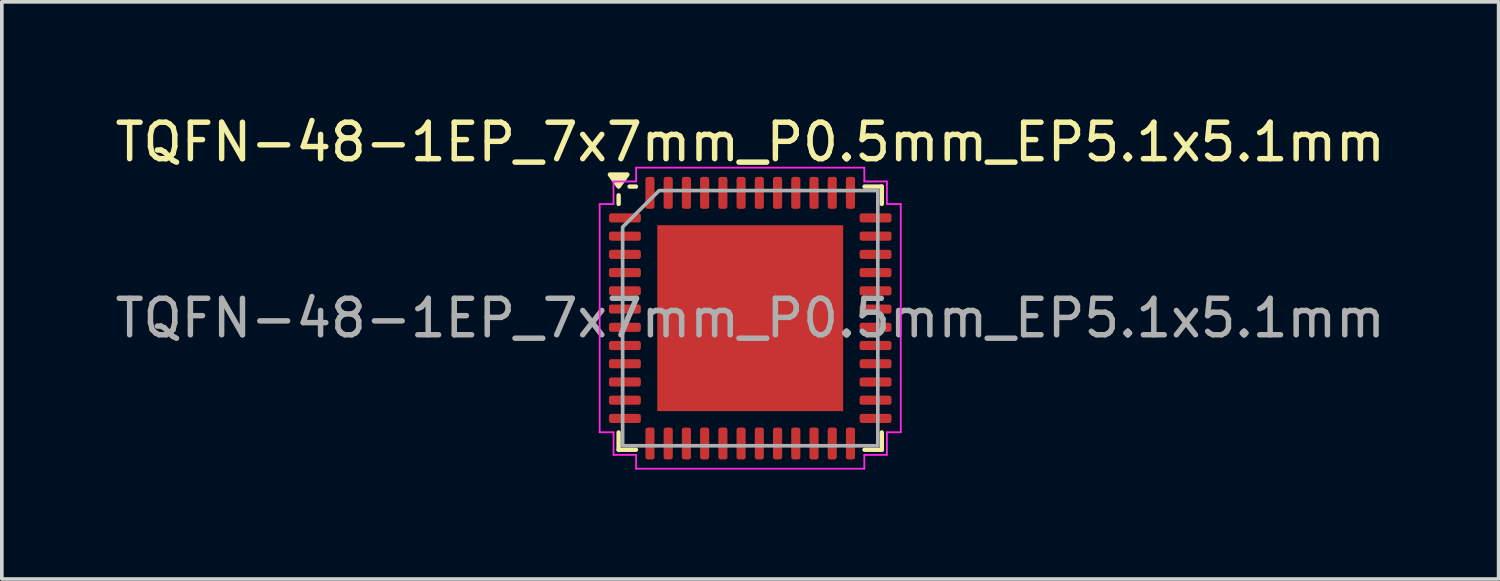
<source format=kicad_pcb>
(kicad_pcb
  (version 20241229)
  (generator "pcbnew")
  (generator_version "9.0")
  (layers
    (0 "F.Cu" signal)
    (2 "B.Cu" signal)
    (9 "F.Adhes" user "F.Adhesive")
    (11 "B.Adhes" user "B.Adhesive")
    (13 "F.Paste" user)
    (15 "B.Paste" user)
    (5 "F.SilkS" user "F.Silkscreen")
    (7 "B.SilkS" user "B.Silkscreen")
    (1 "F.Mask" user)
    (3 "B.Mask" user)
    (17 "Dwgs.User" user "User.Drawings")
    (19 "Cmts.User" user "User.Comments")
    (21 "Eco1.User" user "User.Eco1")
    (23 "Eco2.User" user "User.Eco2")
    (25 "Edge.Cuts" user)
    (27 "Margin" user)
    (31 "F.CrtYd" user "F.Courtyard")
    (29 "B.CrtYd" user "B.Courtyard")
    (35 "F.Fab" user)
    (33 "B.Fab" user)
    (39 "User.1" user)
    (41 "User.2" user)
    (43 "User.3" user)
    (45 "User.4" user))
  (footprint "TQFN-48-1EP_7x7mm_P0.5mm_EP5.1x5.1mm"
    (layer "F.Cu")
    (at 17.53 5.678)
    (property "Reference" "TQFN-48-1EP_7x7mm_P0.5mm_EP5.1x5.1mm" (at 0 -4.83 0) (layer "F.SilkS") (effects (font (size 1 1) (thickness 0.15))))
    (attr smd)
    (fp_line (start -3.61 -3.135) (end -3.61 -3.37) (stroke (width 0.12) (type solid)) (layer "F.SilkS"))
    (fp_line (start -3.61 3.61) (end -3.61 3.135) (stroke (width 0.12) (type solid)) (layer "F.SilkS"))
    (fp_line (start -3.135 -3.61) (end -3.31 -3.61) (stroke (width 0.12) (type solid)) (layer "F.SilkS"))
    (fp_line (start -3.135 3.61) (end -3.61 3.61) (stroke (width 0.12) (type solid)) (layer "F.SilkS"))
    (fp_line (start 3.135 -3.61) (end 3.61 -3.61) (stroke (width 0.12) (type solid)) (layer "F.SilkS"))
    (fp_line (start 3.135 3.61) (end 3.61 3.61) (stroke (width 0.12) (type solid)) (layer "F.SilkS"))
    (fp_line (start 3.61 -3.61) (end 3.61 -3.135) (stroke (width 0.12) (type solid)) (layer "F.SilkS"))
    (fp_line (start 3.61 3.61) (end 3.61 3.135) (stroke (width 0.12) (type solid)) (layer "F.SilkS"))
    (fp_poly (pts (xy -3.61 -3.61) (xy -3.85 -3.94) (xy -3.37 -3.94)) (stroke (width 0.12) (type solid)) (fill yes) (layer "F.SilkS"))
    (fp_line (start -4.13 -3.13) (end -3.75 -3.13) (stroke (width 0.05) (type solid)) (layer "F.CrtYd"))
    (fp_line (start -4.13 3.13) (end -4.13 -3.13) (stroke (width 0.05) (type solid)) (layer "F.CrtYd"))
    (fp_line (start -3.75 -3.75) (end -3.13 -3.75) (stroke (width 0.05) (type solid)) (layer "F.CrtYd"))
    (fp_line (start -3.75 -3.13) (end -3.75 -3.75) (stroke (width 0.05) (type solid)) (layer "F.CrtYd"))
    (fp_line (start -3.75 3.13) (end -4.13 3.13) (stroke (width 0.05) (type solid)) (layer "F.CrtYd"))
    (fp_line (start -3.75 3.75) (end -3.75 3.13) (stroke (width 0.05) (type solid)) (layer "F.CrtYd"))
    (fp_line (start -3.13 -4.13) (end 3.13 -4.13) (stroke (width 0.05) (type solid)) (layer "F.CrtYd"))
    (fp_line (start -3.13 -3.75) (end -3.13 -4.13) (stroke (width 0.05) (type solid)) (layer "F.CrtYd"))
    (fp_line (start -3.13 3.75) (end -3.75 3.75) (stroke (width 0.05) (type solid)) (layer "F.CrtYd"))
    (fp_line (start -3.13 4.13) (end -3.13 3.75) (stroke (width 0.05) (type solid)) (layer "F.CrtYd"))
    (fp_line (start 3.13 -4.13) (end 3.13 -3.75) (stroke (width 0.05) (type solid)) (layer "F.CrtYd"))
    (fp_line (start 3.13 -3.75) (end 3.75 -3.75) (stroke (width 0.05) (type solid)) (layer "F.CrtYd"))
    (fp_line (start 3.13 3.75) (end 3.13 4.13) (stroke (width 0.05) (type solid)) (layer "F.CrtYd"))
    (fp_line (start 3.13 4.13) (end -3.13 4.13) (stroke (width 0.05) (type solid)) (layer "F.CrtYd"))
    (fp_line (start 3.75 -3.75) (end 3.75 -3.13) (stroke (width 0.05) (type solid)) (layer "F.CrtYd"))
    (fp_line (start 3.75 -3.13) (end 4.13 -3.13) (stroke (width 0.05) (type solid)) (layer "F.CrtYd"))
    (fp_line (start 3.75 3.13) (end 3.75 3.75) (stroke (width 0.05) (type solid)) (layer "F.CrtYd"))
    (fp_line (start 3.75 3.75) (end 3.13 3.75) (stroke (width 0.05) (type solid)) (layer "F.CrtYd"))
    (fp_line (start 4.13 -3.13) (end 4.13 3.13) (stroke (width 0.05) (type solid)) (layer "F.CrtYd"))
    (fp_line (start 4.13 3.13) (end 3.75 3.13) (stroke (width 0.05) (type solid)) (layer "F.CrtYd"))
    (fp_poly (pts (xy -3.5 -2.5) (xy -3.5 3.5) (xy 3.5 3.5) (xy 3.5 -3.5) (xy -2.5 -3.5)) (stroke (width 0.1) (type solid)) (fill no) (layer "F.Fab"))
    (fp_text user "${REFERENCE}" (at 0 0 0) (layer "F.Fab") (effects (font (size 1 1) (thickness 0.15))))
    (pad "" smd roundrect (at -1.7 -1.7) (size 1.37 1.37) (layers "F.Paste") (roundrect_rratio 0.182))
    (pad "" smd roundrect (at -1.7 0) (size 1.37 1.37) (layers "F.Paste") (roundrect_rratio 0.182))
    (pad "" smd roundrect (at -1.7 1.7) (size 1.37 1.37) (layers "F.Paste") (roundrect_rratio 0.182))
    (pad "" smd roundrect (at 0 -1.7) (size 1.37 1.37) (layers "F.Paste") (roundrect_rratio 0.182))
    (pad "" smd roundrect (at 0 0) (size 1.37 1.37) (layers "F.Paste") (roundrect_rratio 0.182))
    (pad "" smd roundrect (at 0 1.7) (size 1.37 1.37) (layers "F.Paste") (roundrect_rratio 0.182))
    (pad "" smd roundrect (at 1.7 -1.7) (size 1.37 1.37) (layers "F.Paste") (roundrect_rratio 0.182))
    (pad "" smd roundrect (at 1.7 0) (size 1.37 1.37) (layers "F.Paste") (roundrect_rratio 0.182))
    (pad "" smd roundrect (at 1.7 1.7) (size 1.37 1.37) (layers "F.Paste") (roundrect_rratio 0.182))
    (pad "1" smd roundrect (at -3.438 -2.75) (size 0.875 0.25) (layers "F.Cu" "F.Mask" "F.Paste") (roundrect_rratio 0.25))
    (pad "2" smd roundrect (at -3.438 -2.25) (size 0.875 0.25) (layers "F.Cu" "F.Mask" "F.Paste") (roundrect_rratio 0.25))
    (pad "3" smd roundrect (at -3.438 -1.75) (size 0.875 0.25) (layers "F.Cu" "F.Mask" "F.Paste") (roundrect_rratio 0.25))
    (pad "4" smd roundrect (at -3.438 -1.25) (size 0.875 0.25) (layers "F.Cu" "F.Mask" "F.Paste") (roundrect_rratio 0.25))
    (pad "5" smd roundrect (at -3.438 -0.75) (size 0.875 0.25) (layers "F.Cu" "F.Mask" "F.Paste") (roundrect_rratio 0.25))
    (pad "6" smd roundrect (at -3.438 -0.25) (size 0.875 0.25) (layers "F.Cu" "F.Mask" "F.Paste") (roundrect_rratio 0.25))
    (pad "7" smd roundrect (at -3.438 0.25) (size 0.875 0.25) (layers "F.Cu" "F.Mask" "F.Paste") (roundrect_rratio 0.25))
    (pad "8" smd roundrect (at -3.438 0.75) (size 0.875 0.25) (layers "F.Cu" "F.Mask" "F.Paste") (roundrect_rratio 0.25))
    (pad "9" smd roundrect (at -3.438 1.25) (size 0.875 0.25) (layers "F.Cu" "F.Mask" "F.Paste") (roundrect_rratio 0.25))
    (pad "10" smd roundrect (at -3.438 1.75) (size 0.875 0.25) (layers "F.Cu" "F.Mask" "F.Paste") (roundrect_rratio 0.25))
    (pad "11" smd roundrect (at -3.438 2.25) (size 0.875 0.25) (layers "F.Cu" "F.Mask" "F.Paste") (roundrect_rratio 0.25))
    (pad "12" smd roundrect (at -3.438 2.75) (size 0.875 0.25) (layers "F.Cu" "F.Mask" "F.Paste") (roundrect_rratio 0.25))
    (pad "13" smd roundrect (at -2.75 3.438) (size 0.25 0.875) (layers "F.Cu" "F.Mask" "F.Paste") (roundrect_rratio 0.25))
    (pad "14" smd roundrect (at -2.25 3.438) (size 0.25 0.875) (layers "F.Cu" "F.Mask" "F.Paste") (roundrect_rratio 0.25))
    (pad "15" smd roundrect (at -1.75 3.438) (size 0.25 0.875) (layers "F.Cu" "F.Mask" "F.Paste") (roundrect_rratio 0.25))
    (pad "16" smd roundrect (at -1.25 3.438) (size 0.25 0.875) (layers "F.Cu" "F.Mask" "F.Paste") (roundrect_rratio 0.25))
    (pad "17" smd roundrect (at -0.75 3.438) (size 0.25 0.875) (layers "F.Cu" "F.Mask" "F.Paste") (roundrect_rratio 0.25))
    (pad "18" smd roundrect (at -0.25 3.438) (size 0.25 0.875) (layers "F.Cu" "F.Mask" "F.Paste") (roundrect_rratio 0.25))
    (pad "19" smd roundrect (at 0.25 3.438) (size 0.25 0.875) (layers "F.Cu" "F.Mask" "F.Paste") (roundrect_rratio 0.25))
    (pad "20" smd roundrect (at 0.75 3.438) (size 0.25 0.875) (layers "F.Cu" "F.Mask" "F.Paste") (roundrect_rratio 0.25))
    (pad "21" smd roundrect (at 1.25 3.438) (size 0.25 0.875) (layers "F.Cu" "F.Mask" "F.Paste") (roundrect_rratio 0.25))
    (pad "22" smd roundrect (at 1.75 3.438) (size 0.25 0.875) (layers "F.Cu" "F.Mask" "F.Paste") (roundrect_rratio 0.25))
    (pad "23" smd roundrect (at 2.25 3.438) (size 0.25 0.875) (layers "F.Cu" "F.Mask" "F.Paste") (roundrect_rratio 0.25))
    (pad "24" smd roundrect (at 2.75 3.438) (size 0.25 0.875) (layers "F.Cu" "F.Mask" "F.Paste") (roundrect_rratio 0.25))
    (pad "25" smd roundrect (at 3.438 2.75) (size 0.875 0.25) (layers "F.Cu" "F.Mask" "F.Paste") (roundrect_rratio 0.25))
    (pad "26" smd roundrect (at 3.438 2.25) (size 0.875 0.25) (layers "F.Cu" "F.Mask" "F.Paste") (roundrect_rratio 0.25))
    (pad "27" smd roundrect (at 3.438 1.75) (size 0.875 0.25) (layers "F.Cu" "F.Mask" "F.Paste") (roundrect_rratio 0.25))
    (pad "28" smd roundrect (at 3.438 1.25) (size 0.875 0.25) (layers "F.Cu" "F.Mask" "F.Paste") (roundrect_rratio 0.25))
    (pad "29" smd roundrect (at 3.438 0.75) (size 0.875 0.25) (layers "F.Cu" "F.Mask" "F.Paste") (roundrect_rratio 0.25))
    (pad "30" smd roundrect (at 3.438 0.25) (size 0.875 0.25) (layers "F.Cu" "F.Mask" "F.Paste") (roundrect_rratio 0.25))
    (pad "31" smd roundrect (at 3.438 -0.25) (size 0.875 0.25) (layers "F.Cu" "F.Mask" "F.Paste") (roundrect_rratio 0.25))
    (pad "32" smd roundrect (at 3.438 -0.75) (size 0.875 0.25) (layers "F.Cu" "F.Mask" "F.Paste") (roundrect_rratio 0.25))
    (pad "33" smd roundrect (at 3.438 -1.25) (size 0.875 0.25) (layers "F.Cu" "F.Mask" "F.Paste") (roundrect_rratio 0.25))
    (pad "34" smd roundrect (at 3.438 -1.75) (size 0.875 0.25) (layers "F.Cu" "F.Mask" "F.Paste") (roundrect_rratio 0.25))
    (pad "35" smd roundrect (at 3.438 -2.25) (size 0.875 0.25) (layers "F.Cu" "F.Mask" "F.Paste") (roundrect_rratio 0.25))
    (pad "36" smd roundrect (at 3.438 -2.75) (size 0.875 0.25) (layers "F.Cu" "F.Mask" "F.Paste") (roundrect_rratio 0.25))
    (pad "37" smd roundrect (at 2.75 -3.438) (size 0.25 0.875) (layers "F.Cu" "F.Mask" "F.Paste") (roundrect_rratio 0.25))
    (pad "38" smd roundrect (at 2.25 -3.438) (size 0.25 0.875) (layers "F.Cu" "F.Mask" "F.Paste") (roundrect_rratio 0.25))
    (pad "39" smd roundrect (at 1.75 -3.438) (size 0.25 0.875) (layers "F.Cu" "F.Mask" "F.Paste") (roundrect_rratio 0.25))
    (pad "40" smd roundrect (at 1.25 -3.438) (size 0.25 0.875) (layers "F.Cu" "F.Mask" "F.Paste") (roundrect_rratio 0.25))
    (pad "41" smd roundrect (at 0.75 -3.438) (size 0.25 0.875) (layers "F.Cu" "F.Mask" "F.Paste") (roundrect_rratio 0.25))
    (pad "42" smd roundrect (at 0.25 -3.438) (size 0.25 0.875) (layers "F.Cu" "F.Mask" "F.Paste") (roundrect_rratio 0.25))
    (pad "43" smd roundrect (at -0.25 -3.438) (size 0.25 0.875) (layers "F.Cu" "F.Mask" "F.Paste") (roundrect_rratio 0.25))
    (pad "44" smd roundrect (at -0.75 -3.438) (size 0.25 0.875) (layers "F.Cu" "F.Mask" "F.Paste") (roundrect_rratio 0.25))
    (pad "45" smd roundrect (at -1.25 -3.438) (size 0.25 0.875) (layers "F.Cu" "F.Mask" "F.Paste") (roundrect_rratio 0.25))
    (pad "46" smd roundrect (at -1.75 -3.438) (size 0.25 0.875) (layers "F.Cu" "F.Mask" "F.Paste") (roundrect_rratio 0.25))
    (pad "47" smd roundrect (at -2.25 -3.438) (size 0.25 0.875) (layers "F.Cu" "F.Mask" "F.Paste") (roundrect_rratio 0.25))
    (pad "48" smd roundrect (at -2.75 -3.438) (size 0.25 0.875) (layers "F.Cu" "F.Mask" "F.Paste") (roundrect_rratio 0.25))
    (pad "49" smd rect (at 0 0) (size 5.1 5.1) (property pad_prop_heatsink) (layers "F.Cu" "F.Mask")))
  (gr_rect
    (start -3 -3)
    (end 38.06 12.833)
    (stroke (width 0.1) (type default))
    (fill no)
    (layer "Edge.Cuts")))
</source>
